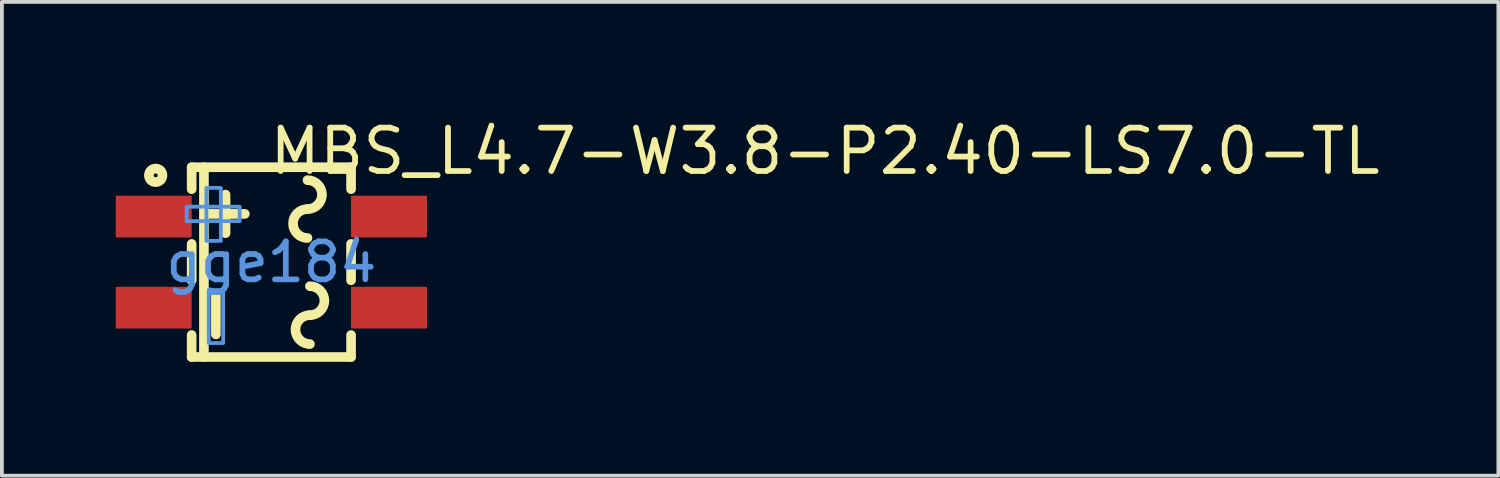
<source format=kicad_pcb>
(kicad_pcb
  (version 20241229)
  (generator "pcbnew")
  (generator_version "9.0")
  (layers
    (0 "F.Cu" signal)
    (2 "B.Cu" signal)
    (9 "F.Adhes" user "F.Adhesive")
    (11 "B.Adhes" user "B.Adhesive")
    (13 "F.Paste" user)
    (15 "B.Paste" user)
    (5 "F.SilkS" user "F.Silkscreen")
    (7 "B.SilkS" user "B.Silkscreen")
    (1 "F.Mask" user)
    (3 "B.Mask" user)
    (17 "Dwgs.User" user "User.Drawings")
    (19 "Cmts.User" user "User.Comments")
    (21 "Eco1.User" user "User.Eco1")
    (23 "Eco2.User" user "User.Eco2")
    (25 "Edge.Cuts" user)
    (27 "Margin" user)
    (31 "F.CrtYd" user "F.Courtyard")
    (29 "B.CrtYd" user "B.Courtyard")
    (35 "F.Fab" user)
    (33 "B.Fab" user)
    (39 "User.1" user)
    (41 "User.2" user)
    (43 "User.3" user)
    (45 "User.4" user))
  (footprint "MBS_L4.7-W3.8-P2.40-LS7.0-TL"
    (layer "F.Cu")
    (at 4.1 3.856)
    (property "Reference" "MBS_L4.7-W3.8-P2.40-LS7.0-TL" (at -0.127 -2.921 0) (layer "F.SilkS") (effects (font (size 1.143 1.143) (thickness 0.152)) (justify left)))
    (attr smd)
    (fp_line (start -2.1 -2.5) (end -2.1 -1.921) (stroke (width 0.254) (type solid)) (layer "F.SilkS"))
    (fp_line (start -2.1 -0.479) (end -2.1 0.479) (stroke (width 0.254) (type solid)) (layer "F.SilkS"))
    (fp_line (start -2.1 1.921) (end -2.1 2.5) (stroke (width 0.254) (type solid)) (layer "F.SilkS"))
    (fp_line (start -1.777 -2.5) (end -1.777 2.5) (stroke (width 0.254) (type solid)) (layer "F.SilkS"))
    (fp_line (start -1.715 -1.27) (end -0.699 -1.27) (stroke (width 0.254) (type solid)) (layer "F.SilkS"))
    (fp_line (start -1.461 1.905) (end -1.461 0.889) (stroke (width 0.254) (type solid)) (layer "F.SilkS"))
    (fp_line (start -1.207 -0.762) (end -1.207 -1.778) (stroke (width 0.254) (type solid)) (layer "F.SilkS"))
    (fp_line (start 2.1 -2.5) (end -2.1 -2.5) (stroke (width 0.254) (type solid)) (layer "F.SilkS"))
    (fp_line (start 2.1 -2.5) (end 2.1 -1.921) (stroke (width 0.254) (type solid)) (layer "F.SilkS"))
    (fp_line (start 2.1 -0.479) (end 2.1 0.479) (stroke (width 0.254) (type solid)) (layer "F.SilkS"))
    (fp_line (start 2.1 1.921) (end 2.1 2.5) (stroke (width 0.254) (type solid)) (layer "F.SilkS"))
    (fp_line (start 2.1 2.5) (end -2.1 2.5) (stroke (width 0.254) (type solid)) (layer "F.SilkS"))
    (fp_arc (start 0.952 -2.159) (mid 1.333 -1.778) (end 0.952 -1.397) (stroke (width 0.254) (type solid)) (layer "F.SilkS"))
    (fp_arc (start 0.952 -0.635) (mid 0.571 -1.016) (end 0.952 -1.397) (stroke (width 0.254) (type solid)) (layer "F.SilkS"))
    (fp_arc (start 1.016 0.635) (mid 1.397 1.016) (end 1.016 1.397) (stroke (width 0.254) (type solid)) (layer "F.SilkS"))
    (fp_arc (start 1.016 2.159) (mid 0.635 1.778) (end 1.016 1.397) (stroke (width 0.254) (type solid)) (layer "F.SilkS"))
    (fp_circle (center -3.048 -2.286) (end -2.869 -2.286) (stroke (width 0.254) (type solid)) (fill no) (layer "F.SilkS"))
    (fp_poly (pts (xy -2.232 -1.078) (xy -2.232 -1.459) (xy -0.835 -1.459) (xy -0.835 -1.078)) (stroke (width 0.1) (type solid)) (fill no) (layer "Cmts.User"))
    (fp_poly (pts (xy -1.331 -0.559) (xy -1.712 -0.559) (xy -1.712 -1.956) (xy -1.331 -1.956)) (stroke (width 0.1) (type solid)) (fill no) (layer "Cmts.User"))
    (fp_poly (pts (xy -1.269 2.133) (xy -1.65 2.133) (xy -1.65 0.736) (xy -1.269 0.736)) (stroke (width 0.1) (type solid)) (fill no) (layer "Cmts.User"))
    (fp_text user "gge184" (at 0 0 0) (layer "Cmts.User") (effects (font (size 1 1) (thickness 0.15))))
    (pad "1" smd rect (at -3.1 -1.2) (size 2 1.1) (layers "F.Cu" "F.Mask" "F.Paste"))
    (pad "2" smd rect (at -3.1 1.2) (size 2 1.1) (layers "F.Cu" "F.Mask" "F.Paste"))
    (pad "3" smd rect (at 3.1 1.2) (size 2 1.1) (layers "F.Cu" "F.Mask" "F.Paste"))
    (pad "4" smd rect (at 3.1 -1.2) (size 2 1.1) (layers "F.Cu" "F.Mask" "F.Paste")))
  (gr_rect
    (start -3 -3)
    (end 36.429 9.483)
    (stroke (width 0.1) (type default))
    (fill no)
    (layer "Edge.Cuts")))
</source>
